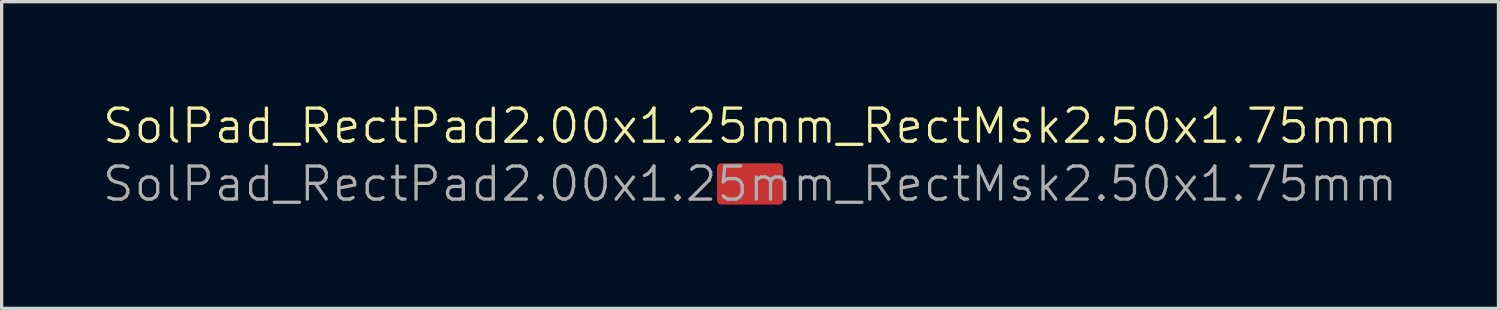
<source format=kicad_pcb>
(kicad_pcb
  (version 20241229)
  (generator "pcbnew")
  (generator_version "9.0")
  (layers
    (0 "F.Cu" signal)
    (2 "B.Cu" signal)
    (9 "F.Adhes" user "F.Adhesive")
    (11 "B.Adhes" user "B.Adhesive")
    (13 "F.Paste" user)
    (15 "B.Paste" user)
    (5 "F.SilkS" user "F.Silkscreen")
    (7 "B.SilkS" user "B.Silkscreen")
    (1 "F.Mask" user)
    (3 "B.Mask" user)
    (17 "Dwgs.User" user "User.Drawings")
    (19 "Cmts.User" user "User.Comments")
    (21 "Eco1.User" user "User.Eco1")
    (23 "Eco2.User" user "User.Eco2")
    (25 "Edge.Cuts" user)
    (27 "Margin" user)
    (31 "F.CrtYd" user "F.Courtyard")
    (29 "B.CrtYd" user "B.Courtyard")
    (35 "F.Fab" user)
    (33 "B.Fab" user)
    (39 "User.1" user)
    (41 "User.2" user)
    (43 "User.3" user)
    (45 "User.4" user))
  (footprint "SolPad_RectPad2.00x1.25mm_RectMsk2.50x1.75mm"
    (layer "F.Cu")
    (at 19.621 2.51)
    (property "Reference" "SolPad_RectPad2.00x1.25mm_RectMsk2.50x1.75mm" (at 0 -1.75 0) (unlocked yes) (layer "F.SilkS") (effects (font (size 1 1) (thickness 0.1))))
    (fp_text user "${REFERENCE}" (at 0 0 0) (unlocked yes) (layer "F.Fab") (effects (font (size 1 1) (thickness 0.1))))
    (pad "1" smd roundrect (at 0 0) (size 2 1.25) (layers "F.Cu" "F.Mask") (roundrect_rratio 0.1)))
  (gr_rect
    (start -3 -3)
    (end 42.243 6.271)
    (stroke (width 0.1) (type default))
    (fill no)
    (layer "Edge.Cuts")))
</source>
